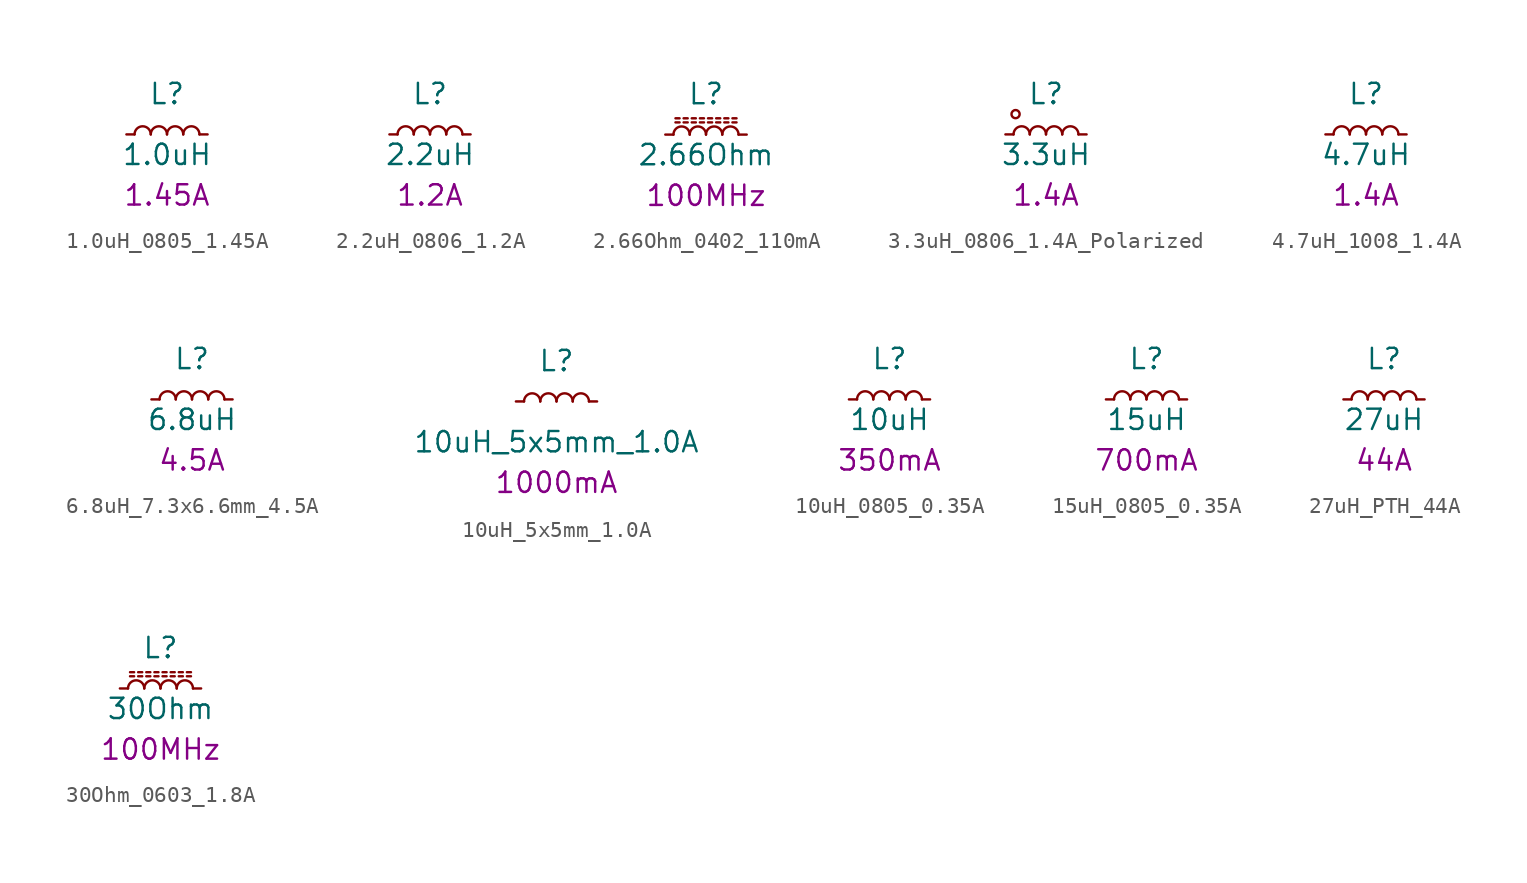
<source format=kicad_sym>
(kicad_symbol_lib
  (version 20231120)
  (generator "kicad_symbol_editor")
  (generator_version "8.0")
  (symbol "1.0uH_0805_1.45A"
    (pin_numbers hide)
    (pin_names
      (offset 1.016) hide)
    (property "Reference" "L"
      (at 0 2.54 0)
      (effects (font (size 1.27 1.27))))
    (property "Value" "1.0uH"
      (at 0 -1.27 0)
      (effects (font (size 1.27 1.27))))
    (property "Current" "1.45A"
      (at 0 -3.81 0)
      (effects (font (size 1.27 1.27))))
    (symbol "1.0uH_0805_1.45A_0_1"
      (arc (start -1.016 0) (mid -1.524 0.5058) (end -2.032 0) (stroke (width 0) (type default)) (fill (type none)))
      (arc (start 0 0) (mid -0.508 0.5058) (end -1.016 0) (stroke (width 0) (type default)) (fill (type none)))
      (arc (start 1.016 0) (mid 0.508 0.5058) (end 0 0) (stroke (width 0) (type default)) (fill (type none)))
      (arc (start 2.032 0) (mid 1.524 0.5058) (end 1.016 0) (stroke (width 0) (type default)) (fill (type none))))
    (symbol "1.0uH_0805_1.45A_1_1"
      (pin passive line (at -2.54 0 0) (length 0.508) (name "~" (effects (font (size 1.27 1.27)))) (number "1" (effects (font (size 1.27 1.27)))))
      (pin passive line (at 2.54 0 180) (length 0.508) (name "~" (effects (font (size 1.27 1.27)))) (number "2" (effects (font (size 1.27 1.27)))))))
  (symbol "2.2uH_0806_1.2A"
    (pin_numbers hide)
    (pin_names
      (offset 1.016) hide)
    (property "Reference" "L"
      (at 0 2.54 0)
      (effects (font (size 1.27 1.27))))
    (property "Value" "2.2uH"
      (at 0 -1.27 0)
      (effects (font (size 1.27 1.27))))
    (property "Current" "1.2A"
      (at 0 -3.81 0)
      (effects (font (size 1.27 1.27))))
    (symbol "2.2uH_0806_1.2A_0_1"
      (arc (start -1.016 0) (mid -1.524 0.5058) (end -2.032 0) (stroke (width 0) (type default)) (fill (type none)))
      (arc (start 0 0) (mid -0.508 0.5058) (end -1.016 0) (stroke (width 0) (type default)) (fill (type none)))
      (arc (start 1.016 0) (mid 0.508 0.5058) (end 0 0) (stroke (width 0) (type default)) (fill (type none)))
      (arc (start 2.032 0) (mid 1.524 0.5058) (end 1.016 0) (stroke (width 0) (type default)) (fill (type none))))
    (symbol "2.2uH_0806_1.2A_1_1"
      (pin passive line (at -2.54 0 0) (length 0.508) (name "~" (effects (font (size 1.27 1.27)))) (number "1" (effects (font (size 1.27 1.27)))))
      (pin passive line (at 2.54 0 180) (length 0.508) (name "~" (effects (font (size 1.27 1.27)))) (number "2" (effects (font (size 1.27 1.27)))))))
  (symbol "2.66Ohm_0402_110mA"
    (pin_numbers hide)
    (pin_names
      (offset 1.016) hide)
    (property "Reference" "L"
      (at 0 2.54 0)
      (effects (font (size 1.27 1.27))))
    (property "Value" "2.66Ohm"
      (at 0 -1.27 0)
      (effects (font (size 1.27 1.27))))
    (property "Frequency" "100MHz"
      (at 0 -3.81 0)
      (effects (font (size 1.27 1.27))))
    (symbol "2.66Ohm_0402_110mA_0_1"
      (arc (start -1.016 0) (mid -1.524 0.5058) (end -2.032 0) (stroke (width 0) (type default)) (fill (type none)))
      (arc (start 0 0) (mid -0.508 0.5058) (end -1.016 0) (stroke (width 0) (type default)) (fill (type none)))
      (polyline (pts (xy -1.905 1.016) (xy -1.651 1.016)) (stroke (width 0) (type default)) (fill (type none)))
      (polyline (pts (xy -1.651 0.762) (xy -1.905 0.762)) (stroke (width 0) (type default)) (fill (type none)))
      (polyline (pts (xy -1.397 1.016) (xy -1.143 1.016)) (stroke (width 0) (type default)) (fill (type none)))
      (polyline (pts (xy -1.143 0.762) (xy -1.397 0.762)) (stroke (width 0) (type default)) (fill (type none)))
      (polyline (pts (xy -0.889 1.016) (xy -0.635 1.016)) (stroke (width 0) (type default)) (fill (type none)))
      (polyline (pts (xy -0.635 0.762) (xy -0.889 0.762)) (stroke (width 0) (type default)) (fill (type none)))
      (polyline (pts (xy -0.381 1.016) (xy -0.127 1.016)) (stroke (width 0) (type default)) (fill (type none)))
      (polyline (pts (xy -0.127 0.762) (xy -0.381 0.762)) (stroke (width 0) (type default)) (fill (type none)))
      (polyline (pts (xy 0.127 1.016) (xy 0.381 1.016)) (stroke (width 0) (type default)) (fill (type none)))
      (polyline (pts (xy 0.381 0.762) (xy 0.127 0.762)) (stroke (width 0) (type default)) (fill (type none)))
      (polyline (pts (xy 0.635 1.016) (xy 0.889 1.016)) (stroke (width 0) (type default)) (fill (type none)))
      (polyline (pts (xy 0.889 0.762) (xy 0.635 0.762)) (stroke (width 0) (type default)) (fill (type none)))
      (polyline (pts (xy 1.143 1.016) (xy 1.397 1.016)) (stroke (width 0) (type default)) (fill (type none)))
      (polyline (pts (xy 1.397 0.762) (xy 1.143 0.762)) (stroke (width 0) (type default)) (fill (type none)))
      (polyline (pts (xy 1.651 1.016) (xy 1.905 1.016)) (stroke (width 0) (type default)) (fill (type none)))
      (polyline (pts (xy 1.905 0.762) (xy 1.651 0.762)) (stroke (width 0) (type default)) (fill (type none)))
      (arc (start 1.016 0) (mid 0.508 0.5058) (end 0 0) (stroke (width 0) (type default)) (fill (type none)))
      (arc (start 2.032 0) (mid 1.524 0.5058) (end 1.016 0) (stroke (width 0) (type default)) (fill (type none))))
    (symbol "2.66Ohm_0402_110mA_1_1"
      (pin passive line (at -2.54 0 0) (length 0.508) (name "~" (effects (font (size 1.27 1.27)))) (number "1" (effects (font (size 1.27 1.27)))))
      (pin passive line (at 2.54 0 180) (length 0.508) (name "~" (effects (font (size 1.27 1.27)))) (number "2" (effects (font (size 1.27 1.27)))))))
  (symbol "3.3uH_0806_1.4A_Polarized"
    (pin_numbers hide)
    (pin_names
      (offset 1.016) hide)
    (property "Reference" "L"
      (at 0 2.54 0)
      (effects (font (size 1.27 1.27))))
    (property "Value" "3.3uH"
      (at 0 -1.27 0)
      (effects (font (size 1.27 1.27))))
    (property "Current" "1.4A"
      (at 0 -3.81 0)
      (effects (font (size 1.27 1.27))))
    (symbol "3.3uH_0806_1.4A_Polarized_0_1"
      (circle (center -1.905 1.27) (radius 0.254) (stroke (width 0) (type default)) (fill (type none)))
      (arc (start -1.016 0) (mid -1.524 0.5058) (end -2.032 0) (stroke (width 0) (type default)) (fill (type none)))
      (arc (start 0 0) (mid -0.508 0.5058) (end -1.016 0) (stroke (width 0) (type default)) (fill (type none)))
      (arc (start 1.016 0) (mid 0.508 0.5058) (end 0 0) (stroke (width 0) (type default)) (fill (type none)))
      (arc (start 2.032 0) (mid 1.524 0.5058) (end 1.016 0) (stroke (width 0) (type default)) (fill (type none))))
    (symbol "3.3uH_0806_1.4A_Polarized_1_1"
      (pin passive line (at -2.54 0 0) (length 0.508) (name "~" (effects (font (size 1.27 1.27)))) (number "1" (effects (font (size 1.27 1.27)))))
      (pin passive line (at 2.54 0 180) (length 0.508) (name "~" (effects (font (size 1.27 1.27)))) (number "2" (effects (font (size 1.27 1.27)))))))
  (symbol "4.7uH_1008_1.4A"
    (pin_numbers hide)
    (pin_names
      (offset 1.016) hide)
    (property "Reference" "L"
      (at 0 2.54 0)
      (effects (font (size 1.27 1.27))))
    (property "Value" "4.7uH"
      (at 0 -1.27 0)
      (effects (font (size 1.27 1.27))))
    (property "Current" "1.4A"
      (at 0 -3.81 0)
      (effects (font (size 1.27 1.27))))
    (symbol "4.7uH_1008_1.4A_0_1"
      (arc (start -1.016 0) (mid -1.524 0.5058) (end -2.032 0) (stroke (width 0) (type default)) (fill (type none)))
      (arc (start 0 0) (mid -0.508 0.5058) (end -1.016 0) (stroke (width 0) (type default)) (fill (type none)))
      (arc (start 1.016 0) (mid 0.508 0.5058) (end 0 0) (stroke (width 0) (type default)) (fill (type none)))
      (arc (start 2.032 0) (mid 1.524 0.5058) (end 1.016 0) (stroke (width 0) (type default)) (fill (type none))))
    (symbol "4.7uH_1008_1.4A_1_1"
      (pin passive line (at -2.54 0 0) (length 0.508) (name "~" (effects (font (size 1.27 1.27)))) (number "1" (effects (font (size 1.27 1.27)))))
      (pin passive line (at 2.54 0 180) (length 0.508) (name "~" (effects (font (size 1.27 1.27)))) (number "2" (effects (font (size 1.27 1.27)))))))
  (symbol "6.8uH_7.3x6.6mm_4.5A"
    (pin_numbers hide)
    (pin_names
      (offset 1.016) hide)
    (property "Reference" "L"
      (at 0 2.54 0)
      (effects (font (size 1.27 1.27))))
    (property "Value" "6.8uH"
      (at 0 -1.27 0)
      (effects (font (size 1.27 1.27))))
    (property "Current" "4.5A"
      (at 0 -3.81 0)
      (effects (font (size 1.27 1.27))))
    (symbol "6.8uH_7.3x6.6mm_4.5A_0_1"
      (arc (start -1.016 0) (mid -1.524 0.5058) (end -2.032 0) (stroke (width 0) (type default)) (fill (type none)))
      (arc (start 0 0) (mid -0.508 0.5058) (end -1.016 0) (stroke (width 0) (type default)) (fill (type none)))
      (arc (start 1.016 0) (mid 0.508 0.5058) (end 0 0) (stroke (width 0) (type default)) (fill (type none)))
      (arc (start 2.032 0) (mid 1.524 0.5058) (end 1.016 0) (stroke (width 0) (type default)) (fill (type none))))
    (symbol "6.8uH_7.3x6.6mm_4.5A_1_1"
      (pin passive line (at -2.54 0 0) (length 0.508) (name "~" (effects (font (size 1.27 1.27)))) (number "1" (effects (font (size 1.27 1.27)))))
      (pin passive line (at 2.54 0 180) (length 0.508) (name "~" (effects (font (size 1.27 1.27)))) (number "2" (effects (font (size 1.27 1.27)))))))
  (symbol "10uH_5x5mm_1.0A"
    (pin_numbers hide)
    (pin_names
      (offset 1.016) hide)
    (property "Reference" "L"
      (at 0 2.54 0)
      (effects (font (size 1.27 1.27))))
    (property "Value" "10uH_5x5mm_1.0A"
      (at 0 -2.54 0)
      (effects (font (size 1.27 1.27))))
    (property "Current" "1000mA"
      (at 0 -5.08 0)
      (effects (font (size 1.27 1.27))))
    (symbol "10uH_5x5mm_1.0A_0_1"
      (arc (start -1.016 0) (mid -1.524 0.5058) (end -2.032 0) (stroke (width 0) (type default)) (fill (type none)))
      (arc (start 0 0) (mid -0.508 0.5058) (end -1.016 0) (stroke (width 0) (type default)) (fill (type none)))
      (arc (start 1.016 0) (mid 0.508 0.5058) (end 0 0) (stroke (width 0) (type default)) (fill (type none)))
      (arc (start 2.032 0) (mid 1.524 0.5058) (end 1.016 0) (stroke (width 0) (type default)) (fill (type none))))
    (symbol "10uH_5x5mm_1.0A_1_1"
      (pin passive line (at -2.54 0 0) (length 0.508) (name "~" (effects (font (size 1.27 1.27)))) (number "1" (effects (font (size 1.27 1.27)))))
      (pin passive line (at 2.54 0 180) (length 0.508) (name "~" (effects (font (size 1.27 1.27)))) (number "2" (effects (font (size 1.27 1.27)))))))
  (symbol "10uH_0805_0.35A"
    (pin_numbers hide)
    (pin_names
      (offset 1.016) hide)
    (property "Reference" "L"
      (at 0 2.54 0)
      (effects (font (size 1.27 1.27))))
    (property "Value" "10uH"
      (at 0 -1.27 0)
      (effects (font (size 1.27 1.27))))
    (property "Current" "350mA"
      (at 0 -3.81 0)
      (effects (font (size 1.27 1.27))))
    (symbol "10uH_0805_0.35A_0_1"
      (arc (start -1.016 0) (mid -1.524 0.5058) (end -2.032 0) (stroke (width 0) (type default)) (fill (type none)))
      (arc (start 0 0) (mid -0.508 0.5058) (end -1.016 0) (stroke (width 0) (type default)) (fill (type none)))
      (arc (start 1.016 0) (mid 0.508 0.5058) (end 0 0) (stroke (width 0) (type default)) (fill (type none)))
      (arc (start 2.032 0) (mid 1.524 0.5058) (end 1.016 0) (stroke (width 0) (type default)) (fill (type none))))
    (symbol "10uH_0805_0.35A_1_1"
      (pin passive line (at -2.54 0 0) (length 0.508) (name "~" (effects (font (size 1.27 1.27)))) (number "1" (effects (font (size 1.27 1.27)))))
      (pin passive line (at 2.54 0 180) (length 0.508) (name "~" (effects (font (size 1.27 1.27)))) (number "2" (effects (font (size 1.27 1.27)))))))
  (symbol "15uH_0805_0.35A"
    (pin_numbers hide)
    (pin_names
      (offset 1.016) hide)
    (property "Reference" "L"
      (at 0 2.54 0)
      (effects (font (size 1.27 1.27))))
    (property "Value" "15uH"
      (at 0 -1.27 0)
      (effects (font (size 1.27 1.27))))
    (property "Current" "700mA"
      (at 0 -3.81 0)
      (effects (font (size 1.27 1.27))))
    (symbol "15uH_0805_0.35A_0_1"
      (arc (start -1.016 0) (mid -1.524 0.5058) (end -2.032 0) (stroke (width 0) (type default)) (fill (type none)))
      (arc (start 0 0) (mid -0.508 0.5058) (end -1.016 0) (stroke (width 0) (type default)) (fill (type none)))
      (arc (start 1.016 0) (mid 0.508 0.5058) (end 0 0) (stroke (width 0) (type default)) (fill (type none)))
      (arc (start 2.032 0) (mid 1.524 0.5058) (end 1.016 0) (stroke (width 0) (type default)) (fill (type none))))
    (symbol "15uH_0805_0.35A_1_1"
      (pin passive line (at -2.54 0 0) (length 0.508) (name "~" (effects (font (size 1.27 1.27)))) (number "1" (effects (font (size 1.27 1.27)))))
      (pin passive line (at 2.54 0 180) (length 0.508) (name "~" (effects (font (size 1.27 1.27)))) (number "2" (effects (font (size 1.27 1.27)))))))
  (symbol "27uH_PTH_44A"
    (pin_numbers hide)
    (pin_names
      (offset 1.016) hide)
    (property "Reference" "L"
      (at 0 2.54 0)
      (effects (font (size 1.27 1.27))))
    (property "Value" "27uH"
      (at 0 -1.27 0)
      (effects (font (size 1.27 1.27))))
    (property "Current" "44A"
      (at 0 -3.81 0)
      (effects (font (size 1.27 1.27))))
    (symbol "27uH_PTH_44A_0_1"
      (arc (start -1.016 0) (mid -1.524 0.5058) (end -2.032 0) (stroke (width 0) (type default)) (fill (type none)))
      (arc (start 0 0) (mid -0.508 0.5058) (end -1.016 0) (stroke (width 0) (type default)) (fill (type none)))
      (arc (start 1.016 0) (mid 0.508 0.5058) (end 0 0) (stroke (width 0) (type default)) (fill (type none)))
      (arc (start 2.032 0) (mid 1.524 0.5058) (end 1.016 0) (stroke (width 0) (type default)) (fill (type none))))
    (symbol "27uH_PTH_44A_1_1"
      (pin passive line (at -2.54 0 0) (length 0.508) (name "~" (effects (font (size 1.27 1.27)))) (number "1" (effects (font (size 1.27 1.27)))))
      (pin passive line (at 2.54 0 180) (length 0.508) (name "~" (effects (font (size 1.27 1.27)))) (number "2" (effects (font (size 1.27 1.27)))))))
  (symbol "30Ohm_0603_1.8A"
    (pin_numbers hide)
    (pin_names
      (offset 1.016) hide)
    (property "Reference" "L"
      (at 0 2.54 0)
      (effects (font (size 1.27 1.27))))
    (property "Value" "30Ohm"
      (at 0 -1.27 0)
      (effects (font (size 1.27 1.27))))
    (property "Frequency" "100MHz"
      (at 0 -3.81 0)
      (effects (font (size 1.27 1.27))))
    (symbol "30Ohm_0603_1.8A_0_1"
      (arc (start -1.016 0) (mid -1.524 0.5058) (end -2.032 0) (stroke (width 0) (type default)) (fill (type none)))
      (arc (start 0 0) (mid -0.508 0.5058) (end -1.016 0) (stroke (width 0) (type default)) (fill (type none)))
      (polyline (pts (xy -1.905 1.016) (xy -1.651 1.016)) (stroke (width 0) (type default)) (fill (type none)))
      (polyline (pts (xy -1.651 0.762) (xy -1.905 0.762)) (stroke (width 0) (type default)) (fill (type none)))
      (polyline (pts (xy -1.397 1.016) (xy -1.143 1.016)) (stroke (width 0) (type default)) (fill (type none)))
      (polyline (pts (xy -1.143 0.762) (xy -1.397 0.762)) (stroke (width 0) (type default)) (fill (type none)))
      (polyline (pts (xy -0.889 1.016) (xy -0.635 1.016)) (stroke (width 0) (type default)) (fill (type none)))
      (polyline (pts (xy -0.635 0.762) (xy -0.889 0.762)) (stroke (width 0) (type default)) (fill (type none)))
      (polyline (pts (xy -0.381 1.016) (xy -0.127 1.016)) (stroke (width 0) (type default)) (fill (type none)))
      (polyline (pts (xy -0.127 0.762) (xy -0.381 0.762)) (stroke (width 0) (type default)) (fill (type none)))
      (polyline (pts (xy 0.127 1.016) (xy 0.381 1.016)) (stroke (width 0) (type default)) (fill (type none)))
      (polyline (pts (xy 0.381 0.762) (xy 0.127 0.762)) (stroke (width 0) (type default)) (fill (type none)))
      (polyline (pts (xy 0.635 1.016) (xy 0.889 1.016)) (stroke (width 0) (type default)) (fill (type none)))
      (polyline (pts (xy 0.889 0.762) (xy 0.635 0.762)) (stroke (width 0) (type default)) (fill (type none)))
      (polyline (pts (xy 1.143 1.016) (xy 1.397 1.016)) (stroke (width 0) (type default)) (fill (type none)))
      (polyline (pts (xy 1.397 0.762) (xy 1.143 0.762)) (stroke (width 0) (type default)) (fill (type none)))
      (polyline (pts (xy 1.651 1.016) (xy 1.905 1.016)) (stroke (width 0) (type default)) (fill (type none)))
      (polyline (pts (xy 1.905 0.762) (xy 1.651 0.762)) (stroke (width 0) (type default)) (fill (type none)))
      (arc (start 1.016 0) (mid 0.508 0.5058) (end 0 0) (stroke (width 0) (type default)) (fill (type none)))
      (arc (start 2.032 0) (mid 1.524 0.5058) (end 1.016 0) (stroke (width 0) (type default)) (fill (type none))))
    (symbol "30Ohm_0603_1.8A_1_1"
      (pin passive line (at -2.54 0 0) (length 0.508) (name "~" (effects (font (size 1.27 1.27)))) (number "1" (effects (font (size 1.27 1.27)))))
      (pin passive line (at 2.54 0 180) (length 0.508) (name "~" (effects (font (size 1.27 1.27)))) (number "2" (effects (font (size 1.27 1.27))))))))
</source>
